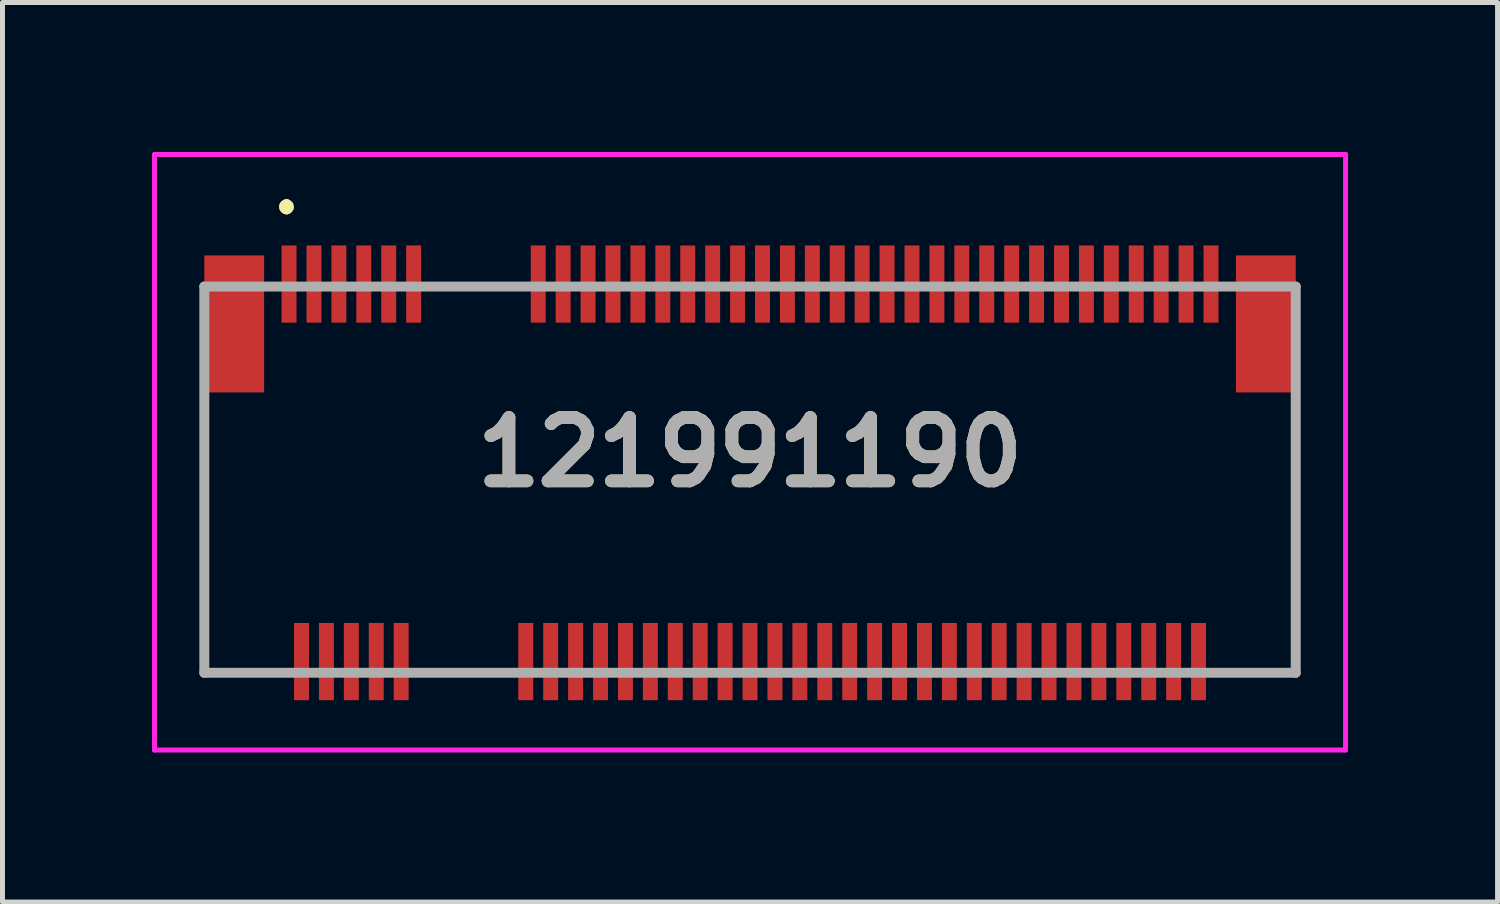
<source format=kicad_pcb>
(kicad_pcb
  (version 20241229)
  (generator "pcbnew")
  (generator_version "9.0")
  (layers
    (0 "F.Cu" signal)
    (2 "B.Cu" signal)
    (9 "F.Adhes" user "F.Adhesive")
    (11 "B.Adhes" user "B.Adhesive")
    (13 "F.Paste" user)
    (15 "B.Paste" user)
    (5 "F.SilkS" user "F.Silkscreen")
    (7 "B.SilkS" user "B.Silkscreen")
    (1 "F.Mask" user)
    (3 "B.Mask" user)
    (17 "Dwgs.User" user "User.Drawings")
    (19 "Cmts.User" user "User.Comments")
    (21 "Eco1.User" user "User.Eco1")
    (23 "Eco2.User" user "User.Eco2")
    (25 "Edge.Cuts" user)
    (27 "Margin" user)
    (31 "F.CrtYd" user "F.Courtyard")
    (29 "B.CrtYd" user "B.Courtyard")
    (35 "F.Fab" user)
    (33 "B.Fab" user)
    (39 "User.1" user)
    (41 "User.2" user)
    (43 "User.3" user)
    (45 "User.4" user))
  (footprint "121991190"
    (layer "F.Cu")
    (at 12 7.95)
    (property "Reference" "121991190" (at 0 -1.925 0) (layer "F.SilkS") (effects (font (size 1.27 1.27) (thickness 0.254))))
    (attr through_hole)
    (fp_line (start -10.95 -2.5) (end -10.95 -2.5) (stroke (width 0.1) (type solid)) (layer "F.SilkS"))
    (fp_line (start -10.95 -2.5) (end -10.95 2.5) (stroke (width 0.1) (type solid)) (layer "F.SilkS"))
    (fp_line (start -10.95 2.5) (end -10.95 -2.5) (stroke (width 0.1) (type solid)) (layer "F.SilkS"))
    (fp_line (start -10.95 2.5) (end -10.95 2.5) (stroke (width 0.1) (type solid)) (layer "F.SilkS"))
    (fp_line (start -10.95 2.5) (end -10.95 2.5) (stroke (width 0.1) (type solid)) (layer "F.SilkS"))
    (fp_line (start -10.95 2.5) (end -9.75 2.5) (stroke (width 0.1) (type solid)) (layer "F.SilkS"))
    (fp_line (start -9.75 2.5) (end -10.95 2.5) (stroke (width 0.1) (type solid)) (layer "F.SilkS"))
    (fp_line (start -9.75 2.5) (end -9.75 2.5) (stroke (width 0.1) (type solid)) (layer "F.SilkS"))
    (fp_line (start -9.3 -6.9) (end -9.3 -6.9) (stroke (width 0.2) (type solid)) (layer "F.SilkS"))
    (fp_line (start -9.3 -6.9) (end -9.3 -6.9) (stroke (width 0.2) (type solid)) (layer "F.SilkS"))
    (fp_line (start -9.3 -6.8) (end -9.3 -6.8) (stroke (width 0.2) (type solid)) (layer "F.SilkS"))
    (fp_line (start -6.25 2.5) (end -6.25 2.5) (stroke (width 0.1) (type solid)) (layer "F.SilkS"))
    (fp_line (start -6.25 2.5) (end -5.25 2.5) (stroke (width 0.1) (type solid)) (layer "F.SilkS"))
    (fp_line (start -5.25 2.5) (end -6.25 2.5) (stroke (width 0.1) (type solid)) (layer "F.SilkS"))
    (fp_line (start -5.25 2.5) (end -5.25 2.5) (stroke (width 0.1) (type solid)) (layer "F.SilkS"))
    (fp_line (start 9.75 2.5) (end 9.75 2.5) (stroke (width 0.1) (type solid)) (layer "F.SilkS"))
    (fp_line (start 9.75 2.5) (end 10.95 2.5) (stroke (width 0.1) (type solid)) (layer "F.SilkS"))
    (fp_line (start 10.95 -2.5) (end 10.95 -2.5) (stroke (width 0.1) (type solid)) (layer "F.SilkS"))
    (fp_line (start 10.95 -2.5) (end 10.95 -1.5) (stroke (width 0.1) (type solid)) (layer "F.SilkS"))
    (fp_line (start 10.95 -1.5) (end 10.95 -2.5) (stroke (width 0.1) (type solid)) (layer "F.SilkS"))
    (fp_line (start 10.95 -1.5) (end 10.95 -1.5) (stroke (width 0.1) (type solid)) (layer "F.SilkS"))
    (fp_line (start 10.95 1.5) (end 10.95 1.5) (stroke (width 0.1) (type solid)) (layer "F.SilkS"))
    (fp_line (start 10.95 1.5) (end 10.95 2.5) (stroke (width 0.1) (type solid)) (layer "F.SilkS"))
    (fp_line (start 10.95 2.5) (end 9.75 2.5) (stroke (width 0.1) (type solid)) (layer "F.SilkS"))
    (fp_line (start 10.95 2.5) (end 10.95 1.5) (stroke (width 0.1) (type solid)) (layer "F.SilkS"))
    (fp_line (start 10.95 2.5) (end 10.95 2.5) (stroke (width 0.1) (type solid)) (layer "F.SilkS"))
    (fp_line (start 10.95 2.5) (end 10.95 2.5) (stroke (width 0.1) (type solid)) (layer "F.SilkS"))
    (fp_arc (start -9.3 -6.9) (mid -9.25 -6.85) (end -9.3 -6.8) (stroke (width 0.2) (type solid)) (layer "F.SilkS"))
    (fp_arc (start -9.3 -6.8) (mid -9.35 -6.85) (end -9.3 -6.9) (stroke (width 0.2) (type solid)) (layer "F.SilkS"))
    (fp_arc (start -9.3 -6.8) (mid -9.35 -6.85) (end -9.3 -6.9) (stroke (width 0.2) (type solid)) (layer "F.SilkS"))
    (fp_line (start -11.95 -7.9) (end 11.95 -7.9) (stroke (width 0.1) (type solid)) (layer "F.CrtYd"))
    (fp_line (start -11.95 4.05) (end -11.95 -7.9) (stroke (width 0.1) (type solid)) (layer "F.CrtYd"))
    (fp_line (start 11.95 -7.9) (end 11.95 4.05) (stroke (width 0.1) (type solid)) (layer "F.CrtYd"))
    (fp_line (start 11.95 4.05) (end -11.95 4.05) (stroke (width 0.1) (type solid)) (layer "F.CrtYd"))
    (fp_line (start -10.95 -5.25) (end -10.95 2.5) (stroke (width 0.2) (type solid)) (layer "F.Fab"))
    (fp_line (start -10.95 2.5) (end 10.95 2.5) (stroke (width 0.2) (type solid)) (layer "F.Fab"))
    (fp_line (start 10.95 -5.25) (end -10.95 -5.25) (stroke (width 0.2) (type solid)) (layer "F.Fab"))
    (fp_line (start 10.95 2.5) (end 10.95 -5.25) (stroke (width 0.2) (type solid)) (layer "F.Fab"))
    (fp_text user "${REFERENCE}" (at 0 -1.925 0) (layer "F.Fab") (effects (font (size 1.27 1.27) (thickness 0.254))))
    (pad "" np_thru_hole circle (at -10 0) (size 0.001 0.001) (drill 1.15) (layers "*.Cu" "*.Mask"))
    (pad "" np_thru_hole circle (at 10 0) (size 0.001 0.001) (drill 1.65) (layers "*.Cu" "*.Mask"))
    (pad "1" smd rect (at -9.25 -5.3) (size 0.3 1.55) (layers "F.Cu" "F.Mask" "F.Paste"))
    (pad "2" smd rect (at -9 2.275) (size 0.3 1.55) (layers "F.Cu" "F.Mask" "F.Paste"))
    (pad "3" smd rect (at -8.75 -5.3) (size 0.3 1.55) (layers "F.Cu" "F.Mask" "F.Paste"))
    (pad "4" smd rect (at -8.5 2.275) (size 0.3 1.55) (layers "F.Cu" "F.Mask" "F.Paste"))
    (pad "5" smd rect (at -8.25 -5.3) (size 0.3 1.55) (layers "F.Cu" "F.Mask" "F.Paste"))
    (pad "6" smd rect (at -8 2.275) (size 0.3 1.55) (layers "F.Cu" "F.Mask" "F.Paste"))
    (pad "7" smd rect (at -7.75 -5.3) (size 0.3 1.55) (layers "F.Cu" "F.Mask" "F.Paste"))
    (pad "8" smd rect (at -7.5 2.275) (size 0.3 1.55) (layers "F.Cu" "F.Mask" "F.Paste"))
    (pad "9" smd rect (at -7.25 -5.3) (size 0.3 1.55) (layers "F.Cu" "F.Mask" "F.Paste"))
    (pad "10" smd rect (at -7 2.275) (size 0.3 1.55) (layers "F.Cu" "F.Mask" "F.Paste"))
    (pad "11" smd rect (at -6.75 -5.3) (size 0.3 1.55) (layers "F.Cu" "F.Mask" "F.Paste"))
    (pad "20" smd rect (at -4.5 2.275) (size 0.3 1.55) (layers "F.Cu" "F.Mask" "F.Paste"))
    (pad "21" smd rect (at -4.25 -5.3) (size 0.3 1.55) (layers "F.Cu" "F.Mask" "F.Paste"))
    (pad "22" smd rect (at -4 2.275) (size 0.3 1.55) (layers "F.Cu" "F.Mask" "F.Paste"))
    (pad "23" smd rect (at -3.75 -5.3) (size 0.3 1.55) (layers "F.Cu" "F.Mask" "F.Paste"))
    (pad "24" smd rect (at -3.5 2.275) (size 0.3 1.55) (layers "F.Cu" "F.Mask" "F.Paste"))
    (pad "25" smd rect (at -3.25 -5.3) (size 0.3 1.55) (layers "F.Cu" "F.Mask" "F.Paste"))
    (pad "26" smd rect (at -3 2.275) (size 0.3 1.55) (layers "F.Cu" "F.Mask" "F.Paste"))
    (pad "27" smd rect (at -2.75 -5.3) (size 0.3 1.55) (layers "F.Cu" "F.Mask" "F.Paste"))
    (pad "28" smd rect (at -2.5 2.275) (size 0.3 1.55) (layers "F.Cu" "F.Mask" "F.Paste"))
    (pad "29" smd rect (at -2.25 -5.3) (size 0.3 1.55) (layers "F.Cu" "F.Mask" "F.Paste"))
    (pad "30" smd rect (at -2 2.275) (size 0.3 1.55) (layers "F.Cu" "F.Mask" "F.Paste"))
    (pad "31" smd rect (at -1.75 -5.3) (size 0.3 1.55) (layers "F.Cu" "F.Mask" "F.Paste"))
    (pad "32" smd rect (at -1.5 2.275) (size 0.3 1.55) (layers "F.Cu" "F.Mask" "F.Paste"))
    (pad "33" smd rect (at -1.25 -5.3) (size 0.3 1.55) (layers "F.Cu" "F.Mask" "F.Paste"))
    (pad "34" smd rect (at -1 2.275) (size 0.3 1.55) (layers "F.Cu" "F.Mask" "F.Paste"))
    (pad "35" smd rect (at -0.75 -5.3) (size 0.3 1.55) (layers "F.Cu" "F.Mask" "F.Paste"))
    (pad "36" smd rect (at -0.5 2.275) (size 0.3 1.55) (layers "F.Cu" "F.Mask" "F.Paste"))
    (pad "37" smd rect (at -0.25 -5.3) (size 0.3 1.55) (layers "F.Cu" "F.Mask" "F.Paste"))
    (pad "38" smd rect (at 0 2.275) (size 0.3 1.55) (layers "F.Cu" "F.Mask" "F.Paste"))
    (pad "39" smd rect (at 0.25 -5.3) (size 0.3 1.55) (layers "F.Cu" "F.Mask" "F.Paste"))
    (pad "40" smd rect (at 0.5 2.275) (size 0.3 1.55) (layers "F.Cu" "F.Mask" "F.Paste"))
    (pad "41" smd rect (at 0.75 -5.3) (size 0.3 1.55) (layers "F.Cu" "F.Mask" "F.Paste"))
    (pad "42" smd rect (at 1 2.275) (size 0.3 1.55) (layers "F.Cu" "F.Mask" "F.Paste"))
    (pad "43" smd rect (at 1.25 -5.3) (size 0.3 1.55) (layers "F.Cu" "F.Mask" "F.Paste"))
    (pad "44" smd rect (at 1.5 2.275) (size 0.3 1.55) (layers "F.Cu" "F.Mask" "F.Paste"))
    (pad "45" smd rect (at 1.75 -5.3) (size 0.3 1.55) (layers "F.Cu" "F.Mask" "F.Paste"))
    (pad "46" smd rect (at 2 2.275) (size 0.3 1.55) (layers "F.Cu" "F.Mask" "F.Paste"))
    (pad "47" smd rect (at 2.25 -5.3) (size 0.3 1.55) (layers "F.Cu" "F.Mask" "F.Paste"))
    (pad "48" smd rect (at 2.5 2.275) (size 0.3 1.55) (layers "F.Cu" "F.Mask" "F.Paste"))
    (pad "49" smd rect (at 2.75 -5.3) (size 0.3 1.55) (layers "F.Cu" "F.Mask" "F.Paste"))
    (pad "50" smd rect (at 3 2.275) (size 0.3 1.55) (layers "F.Cu" "F.Mask" "F.Paste"))
    (pad "51" smd rect (at 3.25 -5.3) (size 0.3 1.55) (layers "F.Cu" "F.Mask" "F.Paste"))
    (pad "52" smd rect (at 3.5 2.275) (size 0.3 1.55) (layers "F.Cu" "F.Mask" "F.Paste"))
    (pad "53" smd rect (at 3.75 -5.3) (size 0.3 1.55) (layers "F.Cu" "F.Mask" "F.Paste"))
    (pad "54" smd rect (at 4 2.275) (size 0.3 1.55) (layers "F.Cu" "F.Mask" "F.Paste"))
    (pad "55" smd rect (at 4.25 -5.3) (size 0.3 1.55) (layers "F.Cu" "F.Mask" "F.Paste"))
    (pad "56" smd rect (at 4.5 2.275) (size 0.3 1.55) (layers "F.Cu" "F.Mask" "F.Paste"))
    (pad "57" smd rect (at 4.75 -5.3) (size 0.3 1.55) (layers "F.Cu" "F.Mask" "F.Paste"))
    (pad "58" smd rect (at 5 2.275) (size 0.3 1.55) (layers "F.Cu" "F.Mask" "F.Paste"))
    (pad "59" smd rect (at 5.25 -5.3) (size 0.3 1.55) (layers "F.Cu" "F.Mask" "F.Paste"))
    (pad "60" smd rect (at 5.5 2.275) (size 0.3 1.55) (layers "F.Cu" "F.Mask" "F.Paste"))
    (pad "61" smd rect (at 5.75 -5.3) (size 0.3 1.55) (layers "F.Cu" "F.Mask" "F.Paste"))
    (pad "62" smd rect (at 6 2.275) (size 0.3 1.55) (layers "F.Cu" "F.Mask" "F.Paste"))
    (pad "63" smd rect (at 6.25 -5.3) (size 0.3 1.55) (layers "F.Cu" "F.Mask" "F.Paste"))
    (pad "64" smd rect (at 6.5 2.275) (size 0.3 1.55) (layers "F.Cu" "F.Mask" "F.Paste"))
    (pad "65" smd rect (at 6.75 -5.3) (size 0.3 1.55) (layers "F.Cu" "F.Mask" "F.Paste"))
    (pad "66" smd rect (at 7 2.275) (size 0.3 1.55) (layers "F.Cu" "F.Mask" "F.Paste"))
    (pad "67" smd rect (at 7.25 -5.3) (size 0.3 1.55) (layers "F.Cu" "F.Mask" "F.Paste"))
    (pad "68" smd rect (at 7.5 2.275) (size 0.3 1.55) (layers "F.Cu" "F.Mask" "F.Paste"))
    (pad "69" smd rect (at 7.75 -5.3) (size 0.3 1.55) (layers "F.Cu" "F.Mask" "F.Paste"))
    (pad "70" smd rect (at 8 2.275) (size 0.3 1.55) (layers "F.Cu" "F.Mask" "F.Paste"))
    (pad "71" smd rect (at 8.25 -5.3) (size 0.3 1.55) (layers "F.Cu" "F.Mask" "F.Paste"))
    (pad "72" smd rect (at 8.5 2.275) (size 0.3 1.55) (layers "F.Cu" "F.Mask" "F.Paste"))
    (pad "73" smd rect (at 8.75 -5.3) (size 0.3 1.55) (layers "F.Cu" "F.Mask" "F.Paste"))
    (pad "74" smd rect (at 9 2.275) (size 0.3 1.55) (layers "F.Cu" "F.Mask" "F.Paste"))
    (pad "75" smd rect (at 9.25 -5.3) (size 0.3 1.55) (layers "F.Cu" "F.Mask" "F.Paste"))
    (pad "76" smd rect (at -10.35 -4.5) (size 1.2 2.75) (layers "F.Cu" "F.Mask" "F.Paste"))
    (pad "77" smd rect (at 10.35 -4.5) (size 1.2 2.75) (layers "F.Cu" "F.Mask" "F.Paste")))
  (gr_rect
    (start -3 -3)
    (end 27 15.05)
    (stroke (width 0.1) (type default))
    (fill no)
    (layer "Edge.Cuts")))
</source>
